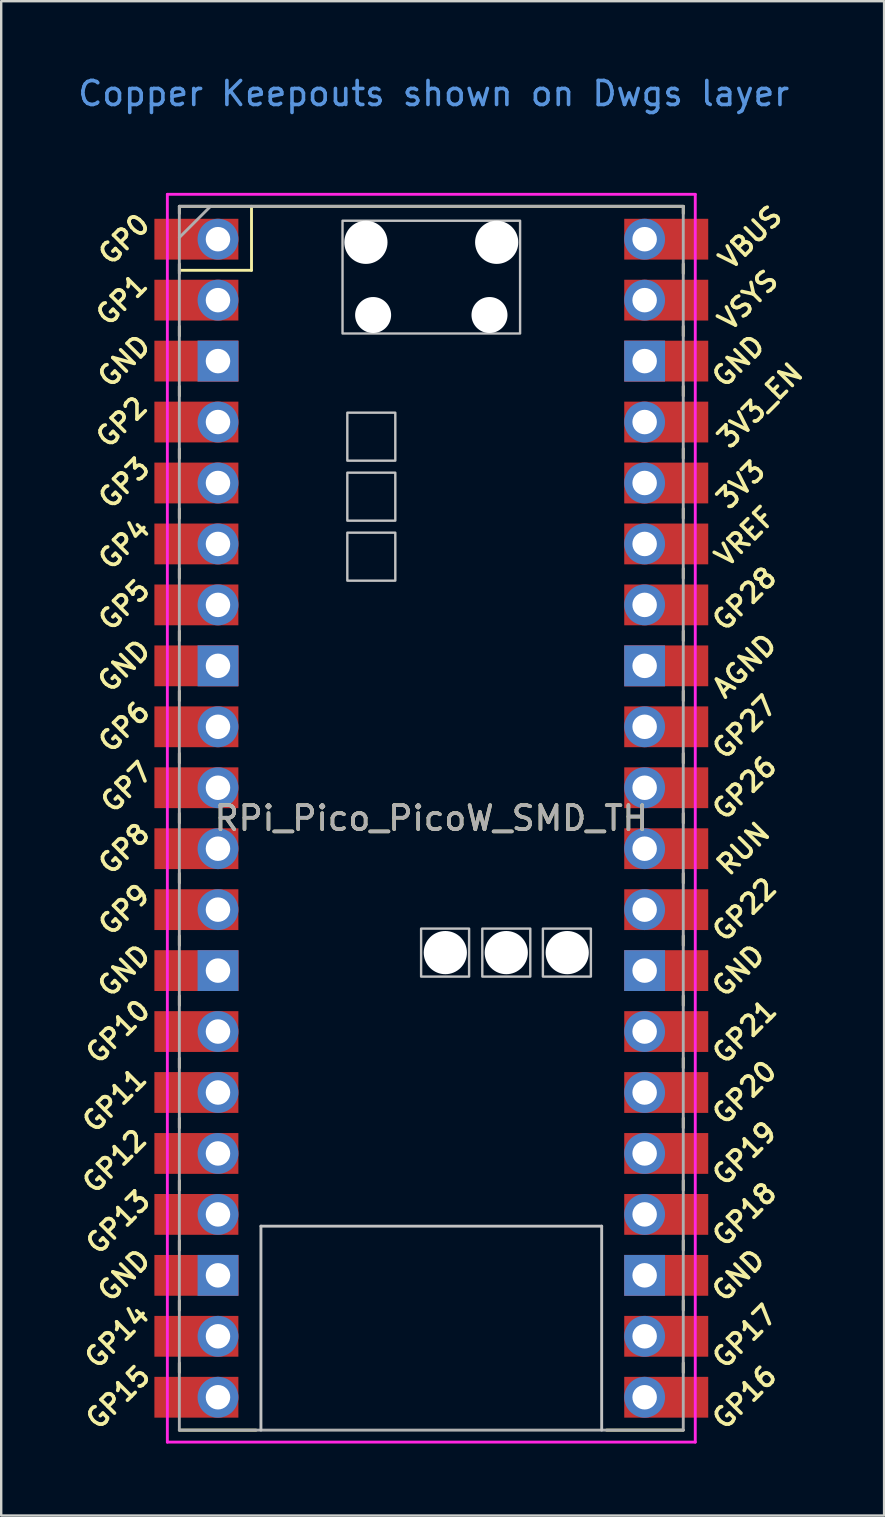
<source format=kicad_pcb>
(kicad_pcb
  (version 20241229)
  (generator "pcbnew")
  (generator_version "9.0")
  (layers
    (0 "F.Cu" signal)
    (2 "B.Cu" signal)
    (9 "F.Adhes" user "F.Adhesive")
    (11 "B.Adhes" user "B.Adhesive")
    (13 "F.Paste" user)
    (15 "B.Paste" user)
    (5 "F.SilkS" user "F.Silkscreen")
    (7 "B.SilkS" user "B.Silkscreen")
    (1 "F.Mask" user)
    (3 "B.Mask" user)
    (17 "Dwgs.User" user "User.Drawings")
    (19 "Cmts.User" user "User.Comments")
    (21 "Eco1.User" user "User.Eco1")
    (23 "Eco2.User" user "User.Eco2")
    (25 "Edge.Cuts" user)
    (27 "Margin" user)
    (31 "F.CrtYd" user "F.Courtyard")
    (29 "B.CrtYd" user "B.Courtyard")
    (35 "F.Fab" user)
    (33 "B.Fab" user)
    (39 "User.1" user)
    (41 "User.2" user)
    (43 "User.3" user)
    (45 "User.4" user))
  (footprint "RPi_Pico_PicoW_SMD_TH"
    (layer "F.Cu")
    (at 14.924 31.048)
    (property "Reference" "RPi_Pico_PicoW_SMD_TH" (at 0 0 0) (layer "F.SilkS") (effects (font (size 1 1) (thickness 0.15))))
    (fp_line (start -10.5 -25.5) (end -10.5 -25.2) (stroke (width 0.12) (type solid)) (layer "F.SilkS"))
    (fp_line (start -10.5 -25.5) (end 10.5 -25.5) (stroke (width 0.12) (type solid)) (layer "F.SilkS"))
    (fp_line (start -10.5 -23.1) (end -10.5 -22.7) (stroke (width 0.12) (type solid)) (layer "F.SilkS"))
    (fp_line (start -10.5 -22.833) (end -7.493 -22.833) (stroke (width 0.12) (type solid)) (layer "F.SilkS"))
    (fp_line (start -10.5 -20.5) (end -10.5 -20.1) (stroke (width 0.12) (type solid)) (layer "F.SilkS"))
    (fp_line (start -10.5 -18) (end -10.5 -17.6) (stroke (width 0.12) (type solid)) (layer "F.SilkS"))
    (fp_line (start -10.5 -15.4) (end -10.5 -15) (stroke (width 0.12) (type solid)) (layer "F.SilkS"))
    (fp_line (start -10.5 -12.9) (end -10.5 -12.5) (stroke (width 0.12) (type solid)) (layer "F.SilkS"))
    (fp_line (start -10.5 -10.4) (end -10.5 -10) (stroke (width 0.12) (type solid)) (layer "F.SilkS"))
    (fp_line (start -10.5 -7.8) (end -10.5 -7.4) (stroke (width 0.12) (type solid)) (layer "F.SilkS"))
    (fp_line (start -10.5 -5.3) (end -10.5 -4.9) (stroke (width 0.12) (type solid)) (layer "F.SilkS"))
    (fp_line (start -10.5 -2.7) (end -10.5 -2.3) (stroke (width 0.12) (type solid)) (layer "F.SilkS"))
    (fp_line (start -10.5 -0.2) (end -10.5 0.2) (stroke (width 0.12) (type solid)) (layer "F.SilkS"))
    (fp_line (start -10.5 2.3) (end -10.5 2.7) (stroke (width 0.12) (type solid)) (layer "F.SilkS"))
    (fp_line (start -10.5 4.9) (end -10.5 5.3) (stroke (width 0.12) (type solid)) (layer "F.SilkS"))
    (fp_line (start -10.5 7.4) (end -10.5 7.8) (stroke (width 0.12) (type solid)) (layer "F.SilkS"))
    (fp_line (start -10.5 10) (end -10.5 10.4) (stroke (width 0.12) (type solid)) (layer "F.SilkS"))
    (fp_line (start -10.5 12.5) (end -10.5 12.9) (stroke (width 0.12) (type solid)) (layer "F.SilkS"))
    (fp_line (start -10.5 15.1) (end -10.5 15.5) (stroke (width 0.12) (type solid)) (layer "F.SilkS"))
    (fp_line (start -10.5 17.6) (end -10.5 18) (stroke (width 0.12) (type solid)) (layer "F.SilkS"))
    (fp_line (start -10.5 20.1) (end -10.5 20.5) (stroke (width 0.12) (type solid)) (layer "F.SilkS"))
    (fp_line (start -10.5 22.7) (end -10.5 23.1) (stroke (width 0.12) (type solid)) (layer "F.SilkS"))
    (fp_line (start -7.493 -22.833) (end -7.493 -25.5) (stroke (width 0.12) (type solid)) (layer "F.SilkS"))
    (fp_line (start -7.3 25.5) (end -10.5 25.5) (stroke (width 0.12) (type solid)) (layer "F.SilkS"))
    (fp_line (start 10.5 -25.5) (end 10.5 -25.2) (stroke (width 0.12) (type solid)) (layer "F.SilkS"))
    (fp_line (start 10.5 -23.1) (end 10.5 -22.7) (stroke (width 0.12) (type solid)) (layer "F.SilkS"))
    (fp_line (start 10.5 -20.5) (end 10.5 -20.1) (stroke (width 0.12) (type solid)) (layer "F.SilkS"))
    (fp_line (start 10.5 -18) (end 10.5 -17.6) (stroke (width 0.12) (type solid)) (layer "F.SilkS"))
    (fp_line (start 10.5 -15.4) (end 10.5 -15) (stroke (width 0.12) (type solid)) (layer "F.SilkS"))
    (fp_line (start 10.5 -12.9) (end 10.5 -12.5) (stroke (width 0.12) (type solid)) (layer "F.SilkS"))
    (fp_line (start 10.5 -10.4) (end 10.5 -10) (stroke (width 0.12) (type solid)) (layer "F.SilkS"))
    (fp_line (start 10.5 -7.8) (end 10.5 -7.4) (stroke (width 0.12) (type solid)) (layer "F.SilkS"))
    (fp_line (start 10.5 -5.3) (end 10.5 -4.9) (stroke (width 0.12) (type solid)) (layer "F.SilkS"))
    (fp_line (start 10.5 -2.7) (end 10.5 -2.3) (stroke (width 0.12) (type solid)) (layer "F.SilkS"))
    (fp_line (start 10.5 -0.2) (end 10.5 0.2) (stroke (width 0.12) (type solid)) (layer "F.SilkS"))
    (fp_line (start 10.5 2.3) (end 10.5 2.7) (stroke (width 0.12) (type solid)) (layer "F.SilkS"))
    (fp_line (start 10.5 4.9) (end 10.5 5.3) (stroke (width 0.12) (type solid)) (layer "F.SilkS"))
    (fp_line (start 10.5 7.4) (end 10.5 7.8) (stroke (width 0.12) (type solid)) (layer "F.SilkS"))
    (fp_line (start 10.5 10) (end 10.5 10.4) (stroke (width 0.12) (type solid)) (layer "F.SilkS"))
    (fp_line (start 10.5 12.5) (end 10.5 12.9) (stroke (width 0.12) (type solid)) (layer "F.SilkS"))
    (fp_line (start 10.5 15.1) (end 10.5 15.5) (stroke (width 0.12) (type solid)) (layer "F.SilkS"))
    (fp_line (start 10.5 17.6) (end 10.5 18) (stroke (width 0.12) (type solid)) (layer "F.SilkS"))
    (fp_line (start 10.5 20.1) (end 10.5 20.5) (stroke (width 0.12) (type solid)) (layer "F.SilkS"))
    (fp_line (start 10.5 22.7) (end 10.5 23.1) (stroke (width 0.12) (type solid)) (layer "F.SilkS"))
    (fp_line (start 10.5 25.5) (end 7.3 25.5) (stroke (width 0.12) (type solid)) (layer "F.SilkS"))
    (fp_line (start -7.1 17) (end 7.1 17) (stroke (width 0.12) (type solid)) (layer "Dwgs.User"))
    (fp_line (start -7.1 25.5) (end -7.1 17) (stroke (width 0.12) (type solid)) (layer "Dwgs.User"))
    (fp_line (start 7.1 17) (end 7.1 25.5) (stroke (width 0.12) (type solid)) (layer "Dwgs.User"))
    (fp_poly (pts (xy -1.5 -14.9) (xy -3.5 -14.9) (xy -3.5 -16.9) (xy -1.5 -16.9)) (stroke (width 0.1) (type solid)) (fill no) (layer "Dwgs.User"))
    (fp_poly (pts (xy -1.5 -12.4) (xy -3.5 -12.4) (xy -3.5 -14.4) (xy -1.5 -14.4)) (stroke (width 0.1) (type solid)) (fill no) (layer "Dwgs.User"))
    (fp_poly (pts (xy -1.5 -9.9) (xy -3.5 -9.9) (xy -3.5 -11.9) (xy -1.5 -11.9)) (stroke (width 0.1) (type solid)) (fill no) (layer "Dwgs.User"))
    (fp_poly (pts (xy 1.575 6.6) (xy -0.425 6.6) (xy -0.425 4.6) (xy 1.575 4.6)) (stroke (width 0.1) (type solid)) (fill no) (layer "Dwgs.User"))
    (fp_poly (pts (xy 3.7 -20.2) (xy -3.7 -20.2) (xy -3.7 -24.9) (xy 3.7 -24.9)) (stroke (width 0.1) (type solid)) (fill no) (layer "Dwgs.User"))
    (fp_poly (pts (xy 4.125 6.6) (xy 2.125 6.6) (xy 2.125 4.6) (xy 4.125 4.6)) (stroke (width 0.1) (type solid)) (fill no) (layer "Dwgs.User"))
    (fp_poly (pts (xy 6.65 6.6) (xy 4.65 6.6) (xy 4.65 4.6) (xy 6.65 4.6)) (stroke (width 0.1) (type solid)) (fill no) (layer "Dwgs.User"))
    (fp_line (start -11 -26) (end 11 -26) (stroke (width 0.12) (type solid)) (layer "F.CrtYd"))
    (fp_line (start -11 26) (end -11 -26) (stroke (width 0.12) (type solid)) (layer "F.CrtYd"))
    (fp_line (start 11 -26) (end 11 26) (stroke (width 0.12) (type solid)) (layer "F.CrtYd"))
    (fp_line (start 11 26) (end -11 26) (stroke (width 0.12) (type solid)) (layer "F.CrtYd"))
    (fp_line (start -10.5 -25.5) (end 10.5 -25.5) (stroke (width 0.12) (type solid)) (layer "F.Fab"))
    (fp_line (start -10.5 -24.2) (end -9.2 -25.5) (stroke (width 0.12) (type solid)) (layer "F.Fab"))
    (fp_line (start -10.5 25.5) (end -10.5 -25.5) (stroke (width 0.12) (type solid)) (layer "F.Fab"))
    (fp_line (start 10.5 -25.5) (end 10.5 25.5) (stroke (width 0.12) (type solid)) (layer "F.Fab"))
    (fp_line (start 10.5 25.5) (end -10.5 25.5) (stroke (width 0.12) (type solid)) (layer "F.Fab"))
    (fp_text user "GP1" (at -12.9 -21.6 45) (layer "F.SilkS") (effects (font (size 0.8 0.8) (thickness 0.15))))
    (fp_text user "GP22" (at 13.054 3.81 45) (layer "F.SilkS") (effects (font (size 0.8 0.8) (thickness 0.15))))
    (fp_text user "RUN" (at 13 1.27 45) (layer "F.SilkS") (effects (font (size 0.8 0.8) (thickness 0.15))))
    (fp_text user "3V3" (at 12.9 -13.9 45) (layer "F.SilkS") (effects (font (size 0.8 0.8) (thickness 0.15))))
    (fp_text user "3V3_EN" (at 13.7 -17.2 45) (layer "F.SilkS") (effects (font (size 0.8 0.8) (thickness 0.15))))
    (fp_text user "GP11" (at -13.2 11.752 45) (layer "F.SilkS") (effects (font (size 0.8 0.8) (thickness 0.15))))
    (fp_text user "VBUS" (at 13.3 -24.2 45) (layer "F.SilkS") (effects (font (size 0.8 0.8) (thickness 0.15))))
    (fp_text user "GP3" (at -12.8 -13.97 45) (layer "F.SilkS") (effects (font (size 0.8 0.8) (thickness 0.15))))
    (fp_text user "GP26" (at 13.054 -1.27 45) (layer "F.SilkS") (effects (font (size 0.8 0.8) (thickness 0.15))))
    (fp_text user "GND" (at -12.8 19.05 45) (layer "F.SilkS") (effects (font (size 0.8 0.8) (thickness 0.15))))
    (fp_text user "GP4" (at -12.8 -11.43 45) (layer "F.SilkS") (effects (font (size 0.8 0.8) (thickness 0.15))))
    (fp_text user "GND" (at -12.8 -6.35 45) (layer "F.SilkS") (effects (font (size 0.8 0.8) (thickness 0.15))))
    (fp_text user "GP15" (at -13.054 24.13 45) (layer "F.SilkS") (effects (font (size 0.8 0.8) (thickness 0.15))))
    (fp_text user "GP28" (at 13.054 -9.144 45) (layer "F.SilkS") (effects (font (size 0.8 0.8) (thickness 0.15))))
    (fp_text user "GP5" (at -12.8 -8.89 45) (layer "F.SilkS") (effects (font (size 0.8 0.8) (thickness 0.15))))
    (fp_text user "GND" (at -12.8 6.35 45) (layer "F.SilkS") (effects (font (size 0.8 0.8) (thickness 0.15))))
    (fp_text user "VREF" (at 13.068 -11.742 45) (layer "F.SilkS") (effects (font (size 0.8 0.8) (thickness 0.15))))
    (fp_text user "GND" (at 12.8 -19.05 45) (layer "F.SilkS") (effects (font (size 0.8 0.8) (thickness 0.15))))
    (fp_text user "GP12" (at -13.2 14.293 45) (layer "F.SilkS") (effects (font (size 0.8 0.8) (thickness 0.15))))
    (fp_text user "GP10" (at -13.054 8.89 45) (layer "F.SilkS") (effects (font (size 0.8 0.8) (thickness 0.15))))
    (fp_text user "GP13" (at -13.054 16.832 45) (layer "F.SilkS") (effects (font (size 0.8 0.8) (thickness 0.15))))
    (fp_text user "GP20" (at 13.054 11.43 45) (layer "F.SilkS") (effects (font (size 0.8 0.8) (thickness 0.15))))
    (fp_text user "GP6" (at -12.8 -3.81 45) (layer "F.SilkS") (effects (font (size 0.8 0.8) (thickness 0.15))))
    (fp_text user "GP17" (at 13.054 21.59 45) (layer "F.SilkS") (effects (font (size 0.8 0.8) (thickness 0.15))))
    (fp_text user "GP27" (at 13.054 -3.8 45) (layer "F.SilkS") (effects (font (size 0.8 0.8) (thickness 0.15))))
    (fp_text user "GP9" (at -12.8 3.81 45) (layer "F.SilkS") (effects (font (size 0.8 0.8) (thickness 0.15))))
    (fp_text user "GP21" (at 13.054 8.9 45) (layer "F.SilkS") (effects (font (size 0.8 0.8) (thickness 0.15))))
    (fp_text user "GP7" (at -12.7 -1.3 45) (layer "F.SilkS") (effects (font (size 0.8 0.8) (thickness 0.15))))
    (fp_text user "VSYS" (at 13.2 -21.59 45) (layer "F.SilkS") (effects (font (size 0.8 0.8) (thickness 0.15))))
    (fp_text user "GP16" (at 13.054 24.13 45) (layer "F.SilkS") (effects (font (size 0.8 0.8) (thickness 0.15))))
    (fp_text user "GND" (at 12.8 19.05 45) (layer "F.SilkS") (effects (font (size 0.8 0.8) (thickness 0.15))))
    (fp_text user "AGND" (at 13.054 -6.35 45) (layer "F.SilkS") (effects (font (size 0.8 0.8) (thickness 0.15))))
    (fp_text user "GP14" (at -13.1 21.59 45) (layer "F.SilkS") (effects (font (size 0.8 0.8) (thickness 0.15))))
    (fp_text user "GP18" (at 13.054 16.51 45) (layer "F.SilkS") (effects (font (size 0.8 0.8) (thickness 0.15))))
    (fp_text user "GND" (at 12.8 6.35 45) (layer "F.SilkS") (effects (font (size 0.8 0.8) (thickness 0.15))))
    (fp_text user "GND" (at -12.8 -19.05 45) (layer "F.SilkS") (effects (font (size 0.8 0.8) (thickness 0.15))))
    (fp_text user "GP2" (at -12.9 -16.51 45) (layer "F.SilkS") (effects (font (size 0.8 0.8) (thickness 0.15))))
    (fp_text user "GP8" (at -12.8 1.27 45) (layer "F.SilkS") (effects (font (size 0.8 0.8) (thickness 0.15))))
    (fp_text user "GP0" (at -12.8 -24.13 45) (layer "F.SilkS") (effects (font (size 0.8 0.8) (thickness 0.15))))
    (fp_text user "GP19" (at 13.054 13.97 45) (layer "F.SilkS") (effects (font (size 0.8 0.8) (thickness 0.15))))
    (fp_text user "Copper Keepouts shown on Dwgs layer" (at 0.1 -30.2 0) (layer "Cmts.User") (effects (font (size 1 1) (thickness 0.15))))
    (fp_text user "${REFERENCE}" (at 0 0 180) (layer "F.Fab") (effects (font (size 1 1) (thickness 0.15))))
    (pad "" np_thru_hole oval (at -2.725 -24) (size 1.8 1.8) (drill 1.8) (layers "*.Cu" "*.Mask"))
    (pad "" np_thru_hole oval (at -2.425 -20.97) (size 1.5 1.5) (drill 1.5) (layers "*.Cu" "*.Mask"))
    (pad "" np_thru_hole oval (at 0.584 5.6) (size 1.8 1.8) (drill 1.8) (layers "*.Cu" "*.Mask"))
    (pad "" np_thru_hole oval (at 2.425 -20.97) (size 1.5 1.5) (drill 1.5) (layers "*.Cu" "*.Mask"))
    (pad "" np_thru_hole oval (at 2.725 -24) (size 1.8 1.8) (drill 1.8) (layers "*.Cu" "*.Mask"))
    (pad "" np_thru_hole oval (at 3.124 5.6) (size 1.8 1.8) (drill 1.8) (layers "*.Cu" "*.Mask"))
    (pad "" np_thru_hole oval (at 5.664 5.6) (size 1.8 1.8) (drill 1.8) (layers "*.Cu" "*.Mask"))
    (pad "1" thru_hole oval (at -8.89 -24.13) (size 1.7 1.7) (drill 1.02) (layers "*.Cu" "*.Mask"))
    (pad "1" smd rect (at -8.89 -24.13) (size 3.5 1.7) (drill (offset -0.9 0)) (layers "F.Cu" "F.Mask"))
    (pad "2" thru_hole oval (at -8.89 -21.59) (size 1.7 1.7) (drill 1.02) (layers "*.Cu" "*.Mask"))
    (pad "2" smd rect (at -8.89 -21.59) (size 3.5 1.7) (drill (offset -0.9 0)) (layers "F.Cu" "F.Mask"))
    (pad "3" thru_hole rect (at -8.89 -19.05) (size 1.7 1.7) (drill 1.02) (layers "*.Cu" "*.Mask"))
    (pad "3" smd rect (at -8.89 -19.05) (size 3.5 1.7) (drill (offset -0.9 0)) (layers "F.Cu" "F.Mask"))
    (pad "4" thru_hole oval (at -8.89 -16.51) (size 1.7 1.7) (drill 1.02) (layers "*.Cu" "*.Mask"))
    (pad "4" smd rect (at -8.89 -16.51) (size 3.5 1.7) (drill (offset -0.9 0)) (layers "F.Cu" "F.Mask"))
    (pad "5" thru_hole oval (at -8.89 -13.97) (size 1.7 1.7) (drill 1.02) (layers "*.Cu" "*.Mask"))
    (pad "5" smd rect (at -8.89 -13.97) (size 3.5 1.7) (drill (offset -0.9 0)) (layers "F.Cu" "F.Mask"))
    (pad "6" thru_hole oval (at -8.89 -11.43) (size 1.7 1.7) (drill 1.02) (layers "*.Cu" "*.Mask"))
    (pad "6" smd rect (at -8.89 -11.43) (size 3.5 1.7) (drill (offset -0.9 0)) (layers "F.Cu" "F.Mask"))
    (pad "7" thru_hole oval (at -8.89 -8.89) (size 1.7 1.7) (drill 1.02) (layers "*.Cu" "*.Mask"))
    (pad "7" smd rect (at -8.89 -8.89) (size 3.5 1.7) (drill (offset -0.9 0)) (layers "F.Cu" "F.Mask"))
    (pad "8" thru_hole rect (at -8.89 -6.35) (size 1.7 1.7) (drill 1.02) (layers "*.Cu" "*.Mask"))
    (pad "8" smd rect (at -8.89 -6.35) (size 3.5 1.7) (drill (offset -0.9 0)) (layers "F.Cu" "F.Mask"))
    (pad "9" thru_hole oval (at -8.89 -3.81) (size 1.7 1.7) (drill 1.02) (layers "*.Cu" "*.Mask"))
    (pad "9" smd rect (at -8.89 -3.81) (size 3.5 1.7) (drill (offset -0.9 0)) (layers "F.Cu" "F.Mask"))
    (pad "10" thru_hole oval (at -8.89 -1.27) (size 1.7 1.7) (drill 1.02) (layers "*.Cu" "*.Mask"))
    (pad "10" smd rect (at -8.89 -1.27) (size 3.5 1.7) (drill (offset -0.9 0)) (layers "F.Cu" "F.Mask"))
    (pad "11" thru_hole oval (at -8.89 1.27) (size 1.7 1.7) (drill 1.02) (layers "*.Cu" "*.Mask"))
    (pad "11" smd rect (at -8.89 1.27) (size 3.5 1.7) (drill (offset -0.9 0)) (layers "F.Cu" "F.Mask"))
    (pad "12" thru_hole oval (at -8.89 3.81) (size 1.7 1.7) (drill 1.02) (layers "*.Cu" "*.Mask"))
    (pad "12" smd rect (at -8.89 3.81) (size 3.5 1.7) (drill (offset -0.9 0)) (layers "F.Cu" "F.Mask"))
    (pad "13" thru_hole rect (at -8.89 6.35) (size 1.7 1.7) (drill 1.02) (layers "*.Cu" "*.Mask"))
    (pad "13" smd rect (at -8.89 6.35) (size 3.5 1.7) (drill (offset -0.9 0)) (layers "F.Cu" "F.Mask"))
    (pad "14" thru_hole oval (at -8.89 8.89) (size 1.7 1.7) (drill 1.02) (layers "*.Cu" "*.Mask"))
    (pad "14" smd rect (at -8.89 8.89) (size 3.5 1.7) (drill (offset -0.9 0)) (layers "F.Cu" "F.Mask"))
    (pad "15" thru_hole oval (at -8.89 11.43) (size 1.7 1.7) (drill 1.02) (layers "*.Cu" "*.Mask"))
    (pad "15" smd rect (at -8.89 11.43) (size 3.5 1.7) (drill (offset -0.9 0)) (layers "F.Cu" "F.Mask"))
    (pad "16" thru_hole oval (at -8.89 13.97) (size 1.7 1.7) (drill 1.02) (layers "*.Cu" "*.Mask"))
    (pad "16" smd rect (at -8.89 13.97) (size 3.5 1.7) (drill (offset -0.9 0)) (layers "F.Cu" "F.Mask"))
    (pad "17" thru_hole oval (at -8.89 16.51) (size 1.7 1.7) (drill 1.02) (layers "*.Cu" "*.Mask"))
    (pad "17" smd rect (at -8.89 16.51) (size 3.5 1.7) (drill (offset -0.9 0)) (layers "F.Cu" "F.Mask"))
    (pad "18" thru_hole rect (at -8.89 19.05) (size 1.7 1.7) (drill 1.02) (layers "*.Cu" "*.Mask"))
    (pad "18" smd rect (at -8.89 19.05) (size 3.5 1.7) (drill (offset -0.9 0)) (layers "F.Cu" "F.Mask"))
    (pad "19" thru_hole oval (at -8.89 21.59) (size 1.7 1.7) (drill 1.02) (layers "*.Cu" "*.Mask"))
    (pad "19" smd rect (at -8.89 21.59) (size 3.5 1.7) (drill (offset -0.9 0)) (layers "F.Cu" "F.Mask"))
    (pad "20" thru_hole oval (at -8.89 24.13) (size 1.7 1.7) (drill 1.02) (layers "*.Cu" "*.Mask"))
    (pad "20" smd rect (at -8.89 24.13) (size 3.5 1.7) (drill (offset -0.9 0)) (layers "F.Cu" "F.Mask"))
    (pad "21" thru_hole oval (at 8.89 24.13) (size 1.7 1.7) (drill 1.02) (layers "*.Cu" "*.Mask"))
    (pad "21" smd rect (at 8.89 24.13) (size 3.5 1.7) (drill (offset 0.9 0)) (layers "F.Cu" "F.Mask"))
    (pad "22" thru_hole oval (at 8.89 21.59) (size 1.7 1.7) (drill 1.02) (layers "*.Cu" "*.Mask"))
    (pad "22" smd rect (at 8.89 21.59) (size 3.5 1.7) (drill (offset 0.9 0)) (layers "F.Cu" "F.Mask"))
    (pad "23" thru_hole rect (at 8.89 19.05) (size 1.7 1.7) (drill 1.02) (layers "*.Cu" "*.Mask"))
    (pad "23" smd rect (at 8.89 19.05) (size 3.5 1.7) (drill (offset 0.9 0)) (layers "F.Cu" "F.Mask"))
    (pad "24" thru_hole oval (at 8.89 16.51) (size 1.7 1.7) (drill 1.02) (layers "*.Cu" "*.Mask"))
    (pad "24" smd rect (at 8.89 16.51) (size 3.5 1.7) (drill (offset 0.9 0)) (layers "F.Cu" "F.Mask"))
    (pad "25" thru_hole oval (at 8.89 13.97) (size 1.7 1.7) (drill 1.02) (layers "*.Cu" "*.Mask"))
    (pad "25" smd rect (at 8.89 13.97) (size 3.5 1.7) (drill (offset 0.9 0)) (layers "F.Cu" "F.Mask"))
    (pad "26" thru_hole oval (at 8.89 11.43) (size 1.7 1.7) (drill 1.02) (layers "*.Cu" "*.Mask"))
    (pad "26" smd rect (at 8.89 11.43) (size 3.5 1.7) (drill (offset 0.9 0)) (layers "F.Cu" "F.Mask"))
    (pad "27" thru_hole oval (at 8.89 8.89) (size 1.7 1.7) (drill 1.02) (layers "*.Cu" "*.Mask"))
    (pad "27" smd rect (at 8.89 8.89) (size 3.5 1.7) (drill (offset 0.9 0)) (layers "F.Cu" "F.Mask"))
    (pad "28" thru_hole rect (at 8.89 6.35) (size 1.7 1.7) (drill 1.02) (layers "*.Cu" "*.Mask"))
    (pad "28" smd rect (at 8.89 6.35) (size 3.5 1.7) (drill (offset 0.9 0)) (layers "F.Cu" "F.Mask"))
    (pad "29" thru_hole oval (at 8.89 3.81) (size 1.7 1.7) (drill 1.02) (layers "*.Cu" "*.Mask"))
    (pad "29" smd rect (at 8.89 3.81) (size 3.5 1.7) (drill (offset 0.9 0)) (layers "F.Cu" "F.Mask"))
    (pad "30" thru_hole oval (at 8.89 1.27) (size 1.7 1.7) (drill 1.02) (layers "*.Cu" "*.Mask"))
    (pad "30" smd rect (at 8.89 1.27) (size 3.5 1.7) (drill (offset 0.9 0)) (layers "F.Cu" "F.Mask"))
    (pad "31" thru_hole oval (at 8.89 -1.27) (size 1.7 1.7) (drill 1.02) (layers "*.Cu" "*.Mask"))
    (pad "31" smd rect (at 8.89 -1.27) (size 3.5 1.7) (drill (offset 0.9 0)) (layers "F.Cu" "F.Mask"))
    (pad "32" thru_hole oval (at 8.89 -3.81) (size 1.7 1.7) (drill 1.02) (layers "*.Cu" "*.Mask"))
    (pad "32" smd rect (at 8.89 -3.81) (size 3.5 1.7) (drill (offset 0.9 0)) (layers "F.Cu" "F.Mask"))
    (pad "33" thru_hole rect (at 8.89 -6.35) (size 1.7 1.7) (drill 1.02) (layers "*.Cu" "*.Mask"))
    (pad "33" smd rect (at 8.89 -6.35) (size 3.5 1.7) (drill (offset 0.9 0)) (layers "F.Cu" "F.Mask"))
    (pad "34" thru_hole oval (at 8.89 -8.89) (size 1.7 1.7) (drill 1.02) (layers "*.Cu" "*.Mask"))
    (pad "34" smd rect (at 8.89 -8.89) (size 3.5 1.7) (drill (offset 0.9 0)) (layers "F.Cu" "F.Mask"))
    (pad "35" thru_hole oval (at 8.89 -11.43) (size 1.7 1.7) (drill 1.02) (layers "*.Cu" "*.Mask"))
    (pad "35" smd rect (at 8.89 -11.43) (size 3.5 1.7) (drill (offset 0.9 0)) (layers "F.Cu" "F.Mask"))
    (pad "36" thru_hole oval (at 8.89 -13.97) (size 1.7 1.7) (drill 1.02) (layers "*.Cu" "*.Mask"))
    (pad "36" smd rect (at 8.89 -13.97) (size 3.5 1.7) (drill (offset 0.9 0)) (layers "F.Cu" "F.Mask"))
    (pad "37" thru_hole oval (at 8.89 -16.51) (size 1.7 1.7) (drill 1.02) (layers "*.Cu" "*.Mask"))
    (pad "37" smd rect (at 8.89 -16.51) (size 3.5 1.7) (drill (offset 0.9 0)) (layers "F.Cu" "F.Mask"))
    (pad "38" thru_hole rect (at 8.89 -19.05) (size 1.7 1.7) (drill 1.02) (layers "*.Cu" "*.Mask"))
    (pad "38" smd rect (at 8.89 -19.05) (size 3.5 1.7) (drill (offset 0.9 0)) (layers "F.Cu" "F.Mask"))
    (pad "39" thru_hole oval (at 8.89 -21.59) (size 1.7 1.7) (drill 1.02) (layers "*.Cu" "*.Mask"))
    (pad "39" smd rect (at 8.89 -21.59) (size 3.5 1.7) (drill (offset 0.9 0)) (layers "F.Cu" "F.Mask"))
    (pad "40" thru_hole oval (at 8.89 -24.13) (size 1.7 1.7) (drill 1.02) (layers "*.Cu" "*.Mask"))
    (pad "40" smd rect (at 8.89 -24.13) (size 3.5 1.7) (drill (offset 0.9 0)) (layers "F.Cu" "F.Mask")))
  (gr_rect
    (start -3 -3)
    (end 33.793 60.108)
    (stroke (width 0.1) (type default))
    (fill no)
    (layer "Edge.Cuts")))
</source>
